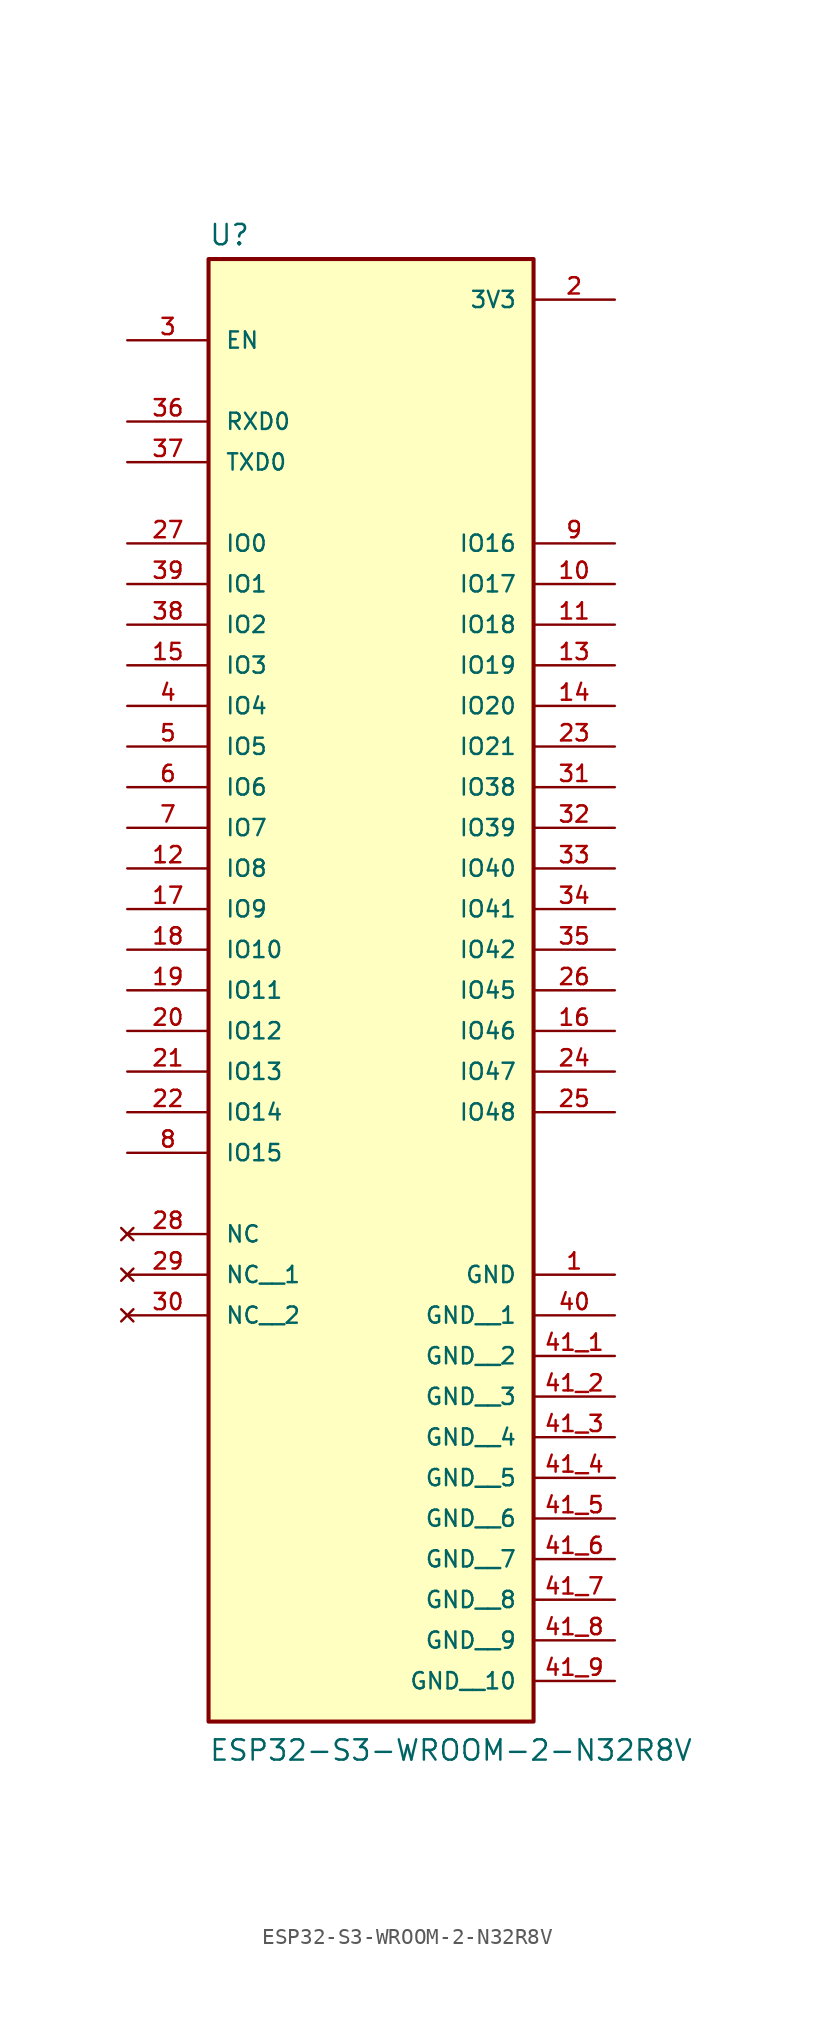
<source format=kicad_sym>
(kicad_symbol_lib
  (version 20211014)
  (generator kicad_symbol_editor)
  (symbol "ESP32-S3-WROOM-2-N32R8V"
    (pin_names
      (offset 1.016))
    (property "Reference" "U"
      (at -10.16 33.782 0)
      (effects (font (size 1.27 1.27)) (justify bottom left)))
    (property "Value" "ESP32-S3-WROOM-2-N32R8V"
      (at -10.16 -60.96 0)
      (effects (font (size 1.27 1.27)) (justify bottom left)))
    (symbol "ESP32-S3-WROOM-2-N32R8V_0_0"
      (rectangle (start -10.16 -58.42) (end 10.16 33.02) (stroke (width 0.254)) (fill (type background)))
      (pin power_in line (at 15.24 -30.48 180.0) (length 5.08) (name "GND" (effects (font (size 1.016 1.016)))) (number "1" (effects (font (size 1.016 1.016)))))
      (pin power_in line (at 15.24 30.48 180.0) (length 5.08) (name "3V3" (effects (font (size 1.016 1.016)))) (number "2" (effects (font (size 1.016 1.016)))))
      (pin input line (at -15.24 27.94 0) (length 5.08) (name "EN" (effects (font (size 1.016 1.016)))) (number "3" (effects (font (size 1.016 1.016)))))
      (pin bidirectional line (at 15.24 -7.62 180.0) (length 5.08) (name "IO41" (effects (font (size 1.016 1.016)))) (number "34" (effects (font (size 1.016 1.016)))))
      (pin bidirectional line (at 15.24 -2.54 180.0) (length 5.08) (name "IO39" (effects (font (size 1.016 1.016)))) (number "32" (effects (font (size 1.016 1.016)))))
      (pin bidirectional line (at 15.24 -5.08 180.0) (length 5.08) (name "IO40" (effects (font (size 1.016 1.016)))) (number "33" (effects (font (size 1.016 1.016)))))
      (pin bidirectional line (at -15.24 -20.32 0) (length 5.08) (name "IO14" (effects (font (size 1.016 1.016)))) (number "22" (effects (font (size 1.016 1.016)))))
      (pin bidirectional line (at -15.24 -15.24 0) (length 5.08) (name "IO12" (effects (font (size 1.016 1.016)))) (number "20" (effects (font (size 1.016 1.016)))))
      (pin bidirectional line (at -15.24 -17.78 0) (length 5.08) (name "IO13" (effects (font (size 1.016 1.016)))) (number "21" (effects (font (size 1.016 1.016)))))
      (pin bidirectional line (at -15.24 -22.86 0) (length 5.08) (name "IO15" (effects (font (size 1.016 1.016)))) (number "8" (effects (font (size 1.016 1.016)))))
      (pin bidirectional line (at -15.24 10.16 0) (length 5.08) (name "IO2" (effects (font (size 1.016 1.016)))) (number "38" (effects (font (size 1.016 1.016)))))
      (pin bidirectional line (at -15.24 15.24 0) (length 5.08) (name "IO0" (effects (font (size 1.016 1.016)))) (number "27" (effects (font (size 1.016 1.016)))))
      (pin bidirectional line (at -15.24 5.08 0) (length 5.08) (name "IO4" (effects (font (size 1.016 1.016)))) (number "4" (effects (font (size 1.016 1.016)))))
      (pin bidirectional line (at 15.24 15.24 180.0) (length 5.08) (name "IO16" (effects (font (size 1.016 1.016)))) (number "9" (effects (font (size 1.016 1.016)))))
      (pin bidirectional line (at 15.24 12.7 180.0) (length 5.08) (name "IO17" (effects (font (size 1.016 1.016)))) (number "10" (effects (font (size 1.016 1.016)))))
      (pin bidirectional line (at -15.24 2.54 0) (length 5.08) (name "IO5" (effects (font (size 1.016 1.016)))) (number "5" (effects (font (size 1.016 1.016)))))
      (pin bidirectional line (at 15.24 10.16 180.0) (length 5.08) (name "IO18" (effects (font (size 1.016 1.016)))) (number "11" (effects (font (size 1.016 1.016)))))
      (pin bidirectional line (at 15.24 7.62 180.0) (length 5.08) (name "IO19" (effects (font (size 1.016 1.016)))) (number "13" (effects (font (size 1.016 1.016)))))
      (pin bidirectional line (at 15.24 2.54 180.0) (length 5.08) (name "IO21" (effects (font (size 1.016 1.016)))) (number "23" (effects (font (size 1.016 1.016)))))
      (pin bidirectional line (at 15.24 0.0 180.0) (length 5.08) (name "IO38" (effects (font (size 1.016 1.016)))) (number "31" (effects (font (size 1.016 1.016)))))
      (pin bidirectional line (at -15.24 12.7 0) (length 5.08) (name "IO1" (effects (font (size 1.016 1.016)))) (number "39" (effects (font (size 1.016 1.016)))))
      (pin bidirectional line (at -15.24 7.62 0) (length 5.08) (name "IO3" (effects (font (size 1.016 1.016)))) (number "15" (effects (font (size 1.016 1.016)))))
      (pin bidirectional line (at -15.24 0.0 0) (length 5.08) (name "IO6" (effects (font (size 1.016 1.016)))) (number "6" (effects (font (size 1.016 1.016)))))
      (pin bidirectional line (at -15.24 -2.54 0) (length 5.08) (name "IO7" (effects (font (size 1.016 1.016)))) (number "7" (effects (font (size 1.016 1.016)))))
      (pin bidirectional line (at -15.24 -5.08 0) (length 5.08) (name "IO8" (effects (font (size 1.016 1.016)))) (number "12" (effects (font (size 1.016 1.016)))))
      (pin bidirectional line (at -15.24 -7.62 0) (length 5.08) (name "IO9" (effects (font (size 1.016 1.016)))) (number "17" (effects (font (size 1.016 1.016)))))
      (pin bidirectional line (at -15.24 -10.16 0) (length 5.08) (name "IO10" (effects (font (size 1.016 1.016)))) (number "18" (effects (font (size 1.016 1.016)))))
      (pin bidirectional line (at -15.24 -12.7 0) (length 5.08) (name "IO11" (effects (font (size 1.016 1.016)))) (number "19" (effects (font (size 1.016 1.016)))))
      (pin bidirectional line (at 15.24 -10.16 180.0) (length 5.08) (name "IO42" (effects (font (size 1.016 1.016)))) (number "35" (effects (font (size 1.016 1.016)))))
      (pin bidirectional line (at 15.24 5.08 180.0) (length 5.08) (name "IO20" (effects (font (size 1.016 1.016)))) (number "14" (effects (font (size 1.016 1.016)))))
      (pin bidirectional line (at -15.24 20.32 0) (length 5.08) (name "TXD0" (effects (font (size 1.016 1.016)))) (number "37" (effects (font (size 1.016 1.016)))))
      (pin bidirectional line (at -15.24 22.86 0) (length 5.08) (name "RXD0" (effects (font (size 1.016 1.016)))) (number "36" (effects (font (size 1.016 1.016)))))
      (pin bidirectional line (at 15.24 -12.7 180.0) (length 5.08) (name "IO45" (effects (font (size 1.016 1.016)))) (number "26" (effects (font (size 1.016 1.016)))))
      (pin bidirectional line (at 15.24 -15.24 180.0) (length 5.08) (name "IO46" (effects (font (size 1.016 1.016)))) (number "16" (effects (font (size 1.016 1.016)))))
      (pin bidirectional line (at 15.24 -17.78 180.0) (length 5.08) (name "IO47" (effects (font (size 1.016 1.016)))) (number "24" (effects (font (size 1.016 1.016)))))
      (pin bidirectional line (at 15.24 -20.32 180.0) (length 5.08) (name "IO48" (effects (font (size 1.016 1.016)))) (number "25" (effects (font (size 1.016 1.016)))))
      (pin no_connect line (at -15.24 -27.94 0) (length 5.08) (name "NC" (effects (font (size 1.016 1.016)))) (number "28" (effects (font (size 1.016 1.016)))))
      (pin no_connect line (at -15.24 -30.48 0) (length 5.08) (name "NC__1" (effects (font (size 1.016 1.016)))) (number "29" (effects (font (size 1.016 1.016)))))
      (pin no_connect line (at -15.24 -33.02 0) (length 5.08) (name "NC__2" (effects (font (size 1.016 1.016)))) (number "30" (effects (font (size 1.016 1.016)))))
      (pin power_in line (at 15.24 -33.02 180.0) (length 5.08) (name "GND__1" (effects (font (size 1.016 1.016)))) (number "40" (effects (font (size 1.016 1.016)))))
      (pin power_in line (at 15.24 -35.56 180.0) (length 5.08) (name "GND__2" (effects (font (size 1.016 1.016)))) (number "41_1" (effects (font (size 1.016 1.016)))))
      (pin power_in line (at 15.24 -38.1 180.0) (length 5.08) (name "GND__3" (effects (font (size 1.016 1.016)))) (number "41_2" (effects (font (size 1.016 1.016)))))
      (pin power_in line (at 15.24 -40.64 180.0) (length 5.08) (name "GND__4" (effects (font (size 1.016 1.016)))) (number "41_3" (effects (font (size 1.016 1.016)))))
      (pin power_in line (at 15.24 -43.18 180.0) (length 5.08) (name "GND__5" (effects (font (size 1.016 1.016)))) (number "41_4" (effects (font (size 1.016 1.016)))))
      (pin power_in line (at 15.24 -45.72 180.0) (length 5.08) (name "GND__6" (effects (font (size 1.016 1.016)))) (number "41_5" (effects (font (size 1.016 1.016)))))
      (pin power_in line (at 15.24 -48.26 180.0) (length 5.08) (name "GND__7" (effects (font (size 1.016 1.016)))) (number "41_6" (effects (font (size 1.016 1.016)))))
      (pin power_in line (at 15.24 -50.8 180.0) (length 5.08) (name "GND__8" (effects (font (size 1.016 1.016)))) (number "41_7" (effects (font (size 1.016 1.016)))))
      (pin power_in line (at 15.24 -53.34 180.0) (length 5.08) (name "GND__9" (effects (font (size 1.016 1.016)))) (number "41_8" (effects (font (size 1.016 1.016)))))
      (pin power_in line (at 15.24 -55.88 180.0) (length 5.08) (name "GND__10" (effects (font (size 1.016 1.016)))) (number "41_9" (effects (font (size 1.016 1.016))))))))
</source>
